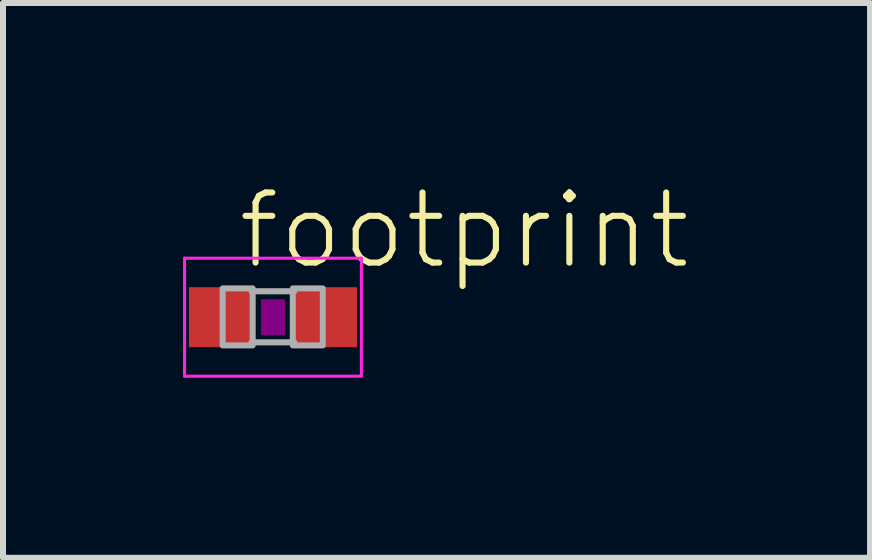
<source format=kicad_pcb>
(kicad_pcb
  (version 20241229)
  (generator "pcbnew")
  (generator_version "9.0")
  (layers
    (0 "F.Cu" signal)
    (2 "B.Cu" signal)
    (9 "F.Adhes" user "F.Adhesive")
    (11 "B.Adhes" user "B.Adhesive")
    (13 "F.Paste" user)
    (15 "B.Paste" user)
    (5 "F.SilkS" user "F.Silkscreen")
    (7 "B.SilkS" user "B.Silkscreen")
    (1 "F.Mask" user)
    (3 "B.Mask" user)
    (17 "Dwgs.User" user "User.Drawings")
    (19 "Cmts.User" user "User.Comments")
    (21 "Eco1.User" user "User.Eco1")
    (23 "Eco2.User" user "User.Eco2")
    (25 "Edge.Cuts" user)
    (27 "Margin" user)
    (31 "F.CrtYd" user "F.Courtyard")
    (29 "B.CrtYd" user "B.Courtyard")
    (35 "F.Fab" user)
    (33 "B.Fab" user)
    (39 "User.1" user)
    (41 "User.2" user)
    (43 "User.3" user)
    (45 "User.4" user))
  (footprint "footprint"
    (layer "F.Cu")
    (at 1.498 2.235)
    (property "Reference" "footprint" (at -0.635 -0.762 0) (layer "F.SilkS") (effects (font (size 1.168 1.168) (thickness 0.102)) (justify left bottom)))
    (fp_poly (pts (xy -0.2 0.3) (xy 0.2 0.3) (xy 0.2 -0.3) (xy -0.2 -0.3)) (stroke (width 0) (type solid)) (fill yes) (layer "F.Adhes"))
    (fp_line (start -1.473 -0.983) (end 1.473 -0.983) (stroke (width 0.051) (type solid)) (layer "F.CrtYd"))
    (fp_line (start -1.473 0.983) (end -1.473 -0.983) (stroke (width 0.051) (type solid)) (layer "F.CrtYd"))
    (fp_line (start 1.473 -0.983) (end 1.473 0.983) (stroke (width 0.051) (type solid)) (layer "F.CrtYd"))
    (fp_line (start 1.473 0.983) (end -1.473 0.983) (stroke (width 0.051) (type solid)) (layer "F.CrtYd"))
    (fp_line (start -0.356 -0.432) (end 0.356 -0.432) (stroke (width 0.102) (type solid)) (layer "F.Fab"))
    (fp_line (start -0.356 0.419) (end 0.356 0.419) (stroke (width 0.102) (type solid)) (layer "F.Fab"))
    (fp_poly (pts (xy -0.838 0.47) (xy -0.338 0.47) (xy -0.338 -0.48) (xy -0.838 -0.48)) (stroke (width 0.1) (type solid)) (fill no) (layer "F.Fab"))
    (fp_poly (pts (xy 0.33 0.47) (xy 0.83 0.47) (xy 0.83 -0.48) (xy 0.33 -0.48)) (stroke (width 0.1) (type solid)) (fill no) (layer "F.Fab"))
    (pad "1" smd rect (at -0.85 0) (size 1.1 1) (layers "F.Cu" "F.Mask" "F.Paste"))
    (pad "2" smd rect (at 0.85 0) (size 1.1 1) (layers "F.Cu" "F.Mask" "F.Paste")))
  (gr_rect
    (start -3 -3)
    (end 11.446 6.244)
    (stroke (width 0.1) (type default))
    (fill no)
    (layer "Edge.Cuts")))
</source>
